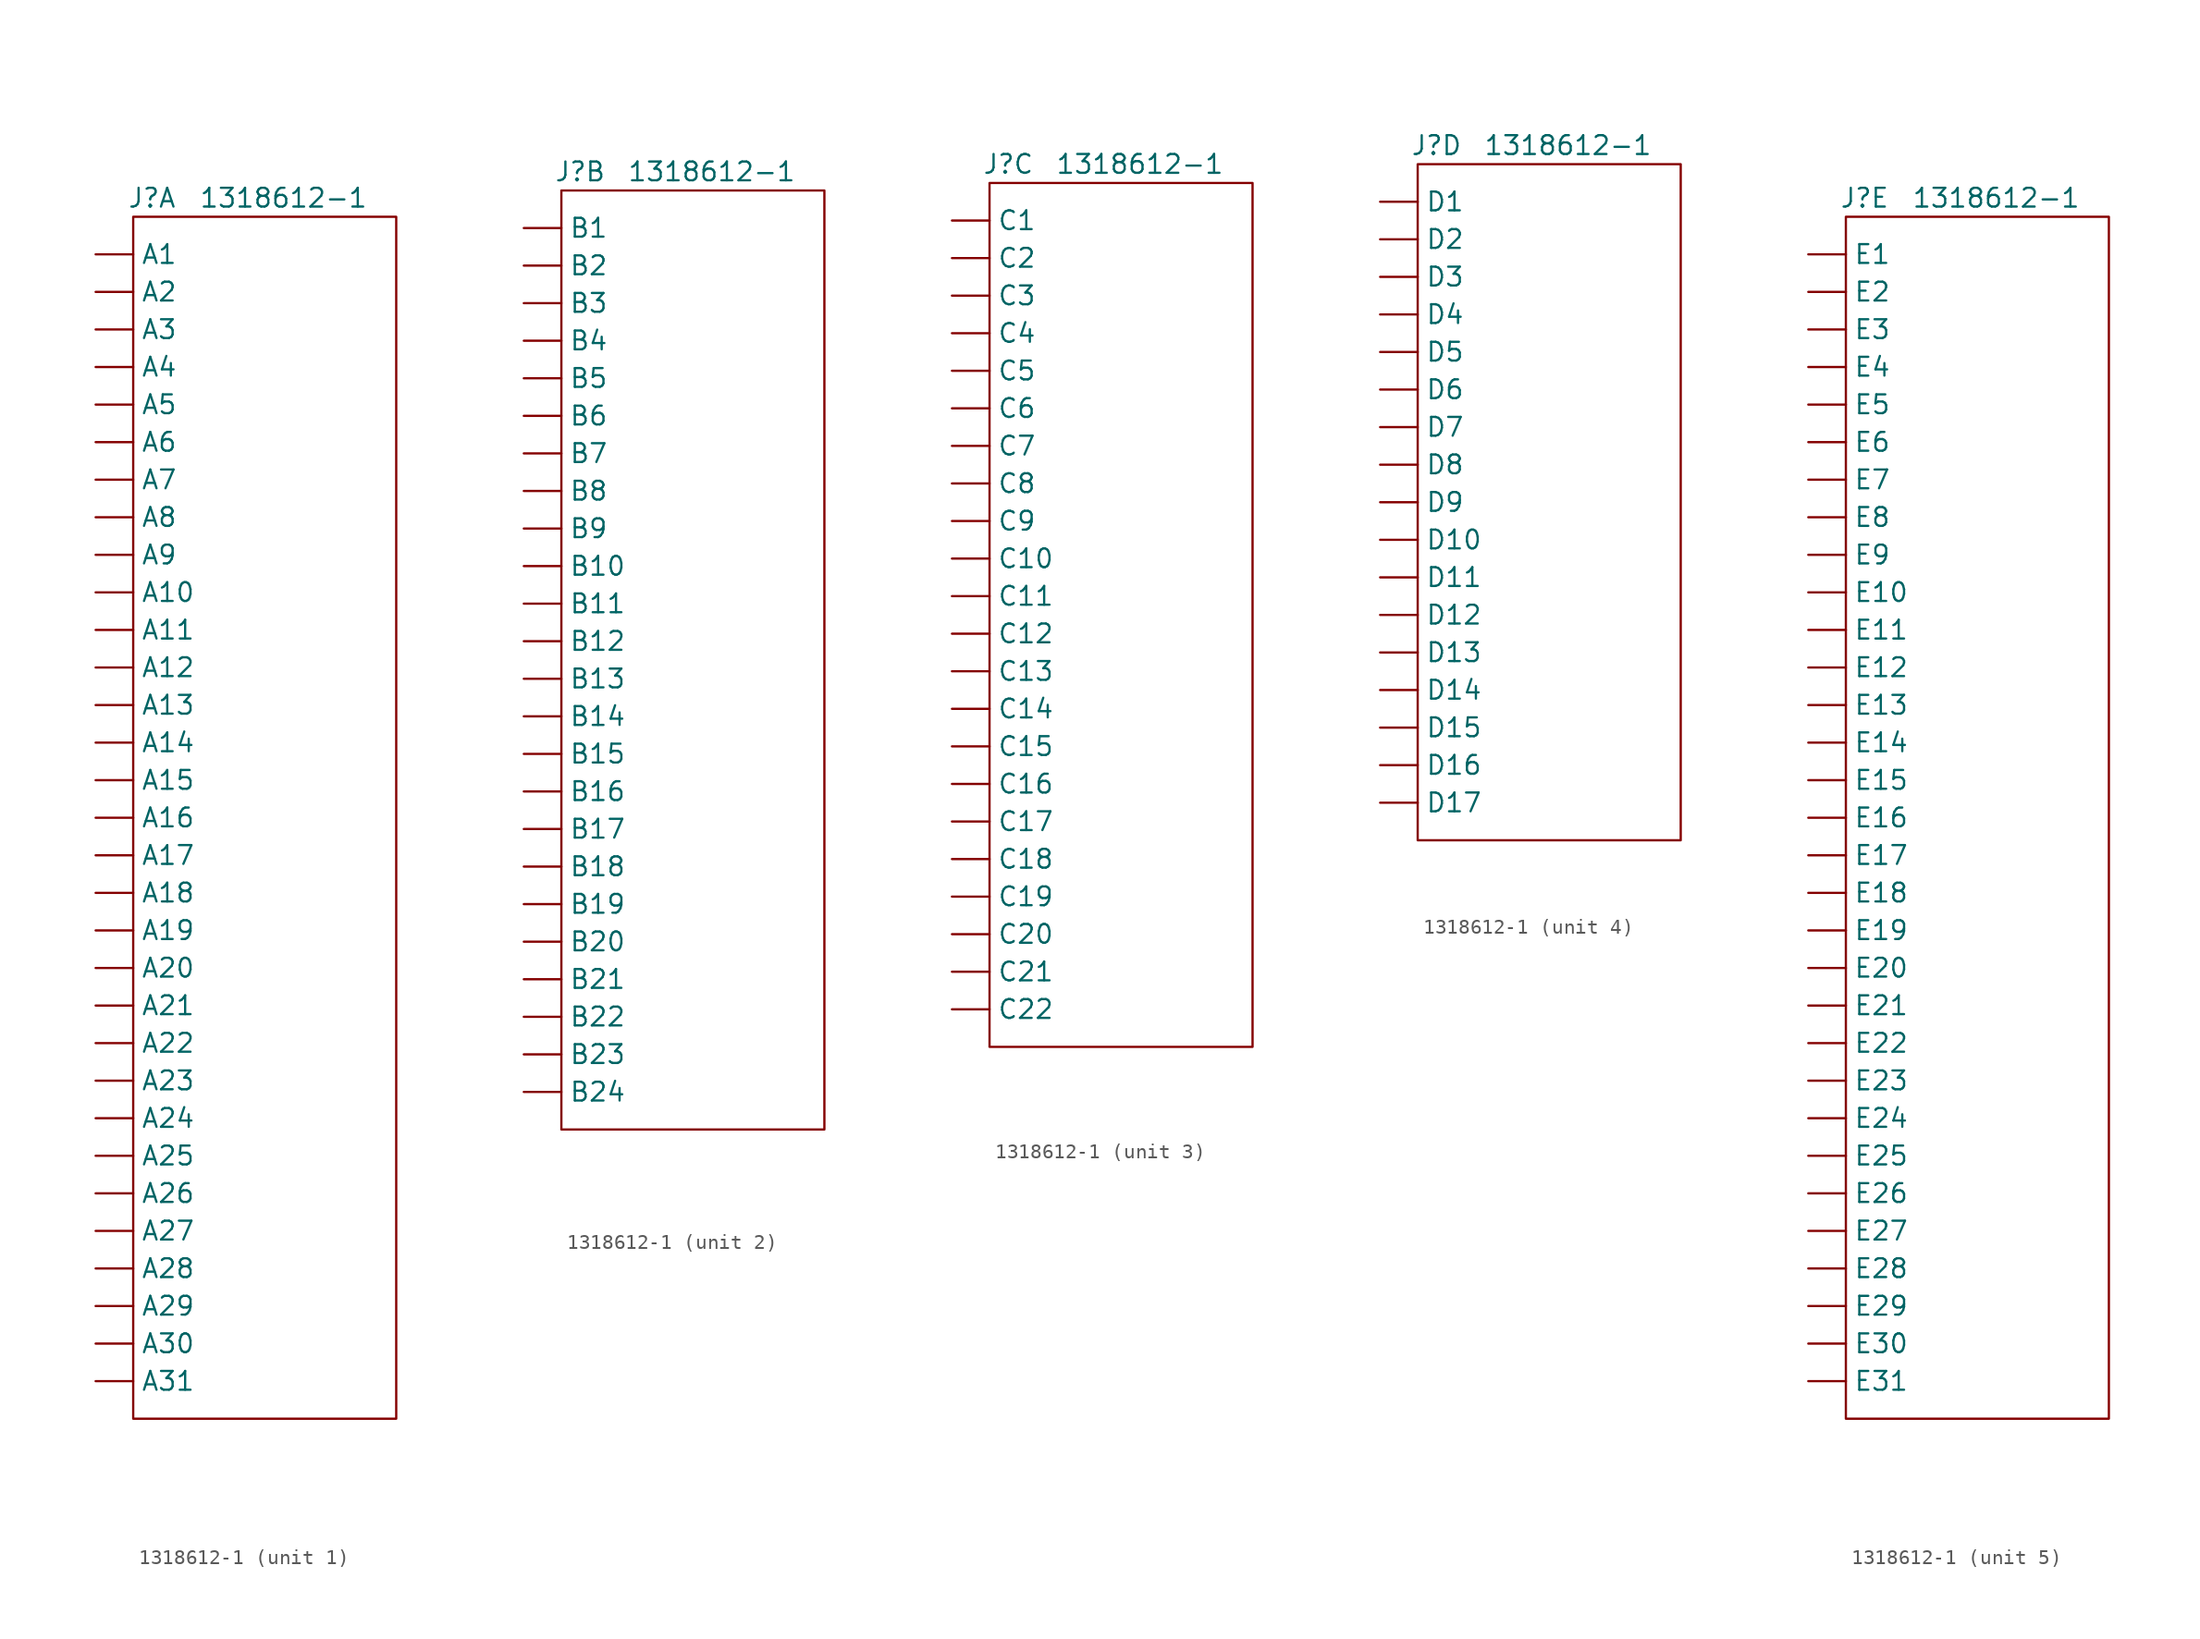
<source format=kicad_sym>
(kicad_symbol_lib
  (version 20210619)
  (generator kicad_symbol_editor)
  (symbol "TE_1318612-1:1318612-1"
    (pin_numbers hide)
    (property "Reference" "J"
      (at 1.27 1.27 0)
      (effects (font (size 1.27 1.27))))
    (property "Value" "1318612-1"
      (at 10.16 1.27 0)
      (effects (font (size 1.27 1.27))))
    (property "ki_locked" ""
      (at 0 0 0)
      (effects (font (size 1.27 1.27))))
    (symbol "1318612-1_1_1"
      (rectangle (start 0 0) (end 17.78 -81.28) (stroke (width 0.152)) (fill (type none)))
      (pin passive line (at -2.54 -2.54 0) (length 2.54) (name "A1" (effects (font (size 1.27 1.27)))) (number "A1" (effects (font (size 1.27 1.27)))))
      (pin passive line (at -2.54 -25.4 0) (length 2.54) (name "A10" (effects (font (size 1.27 1.27)))) (number "A10" (effects (font (size 1.27 1.27)))))
      (pin passive line (at -2.54 -27.94 0) (length 2.54) (name "A11" (effects (font (size 1.27 1.27)))) (number "A11" (effects (font (size 1.27 1.27)))))
      (pin passive line (at -2.54 -30.48 0) (length 2.54) (name "A12" (effects (font (size 1.27 1.27)))) (number "A12" (effects (font (size 1.27 1.27)))))
      (pin passive line (at -2.54 -33.02 0) (length 2.54) (name "A13" (effects (font (size 1.27 1.27)))) (number "A13" (effects (font (size 1.27 1.27)))))
      (pin passive line (at -2.54 -35.56 0) (length 2.54) (name "A14" (effects (font (size 1.27 1.27)))) (number "A14" (effects (font (size 1.27 1.27)))))
      (pin passive line (at -2.54 -38.1 0) (length 2.54) (name "A15" (effects (font (size 1.27 1.27)))) (number "A15" (effects (font (size 1.27 1.27)))))
      (pin passive line (at -2.54 -40.64 0) (length 2.54) (name "A16" (effects (font (size 1.27 1.27)))) (number "A16" (effects (font (size 1.27 1.27)))))
      (pin passive line (at -2.54 -43.18 0) (length 2.54) (name "A17" (effects (font (size 1.27 1.27)))) (number "A17" (effects (font (size 1.27 1.27)))))
      (pin passive line (at -2.54 -45.72 0) (length 2.54) (name "A18" (effects (font (size 1.27 1.27)))) (number "A18" (effects (font (size 1.27 1.27)))))
      (pin passive line (at -2.54 -48.26 0) (length 2.54) (name "A19" (effects (font (size 1.27 1.27)))) (number "A19" (effects (font (size 1.27 1.27)))))
      (pin passive line (at -2.54 -5.08 0) (length 2.54) (name "A2" (effects (font (size 1.27 1.27)))) (number "A2" (effects (font (size 1.27 1.27)))))
      (pin passive line (at -2.54 -50.8 0) (length 2.54) (name "A20" (effects (font (size 1.27 1.27)))) (number "A20" (effects (font (size 1.27 1.27)))))
      (pin passive line (at -2.54 -53.34 0) (length 2.54) (name "A21" (effects (font (size 1.27 1.27)))) (number "A21" (effects (font (size 1.27 1.27)))))
      (pin passive line (at -2.54 -55.88 0) (length 2.54) (name "A22" (effects (font (size 1.27 1.27)))) (number "A22" (effects (font (size 1.27 1.27)))))
      (pin passive line (at -2.54 -58.42 0) (length 2.54) (name "A23" (effects (font (size 1.27 1.27)))) (number "A23" (effects (font (size 1.27 1.27)))))
      (pin passive line (at -2.54 -60.96 0) (length 2.54) (name "A24" (effects (font (size 1.27 1.27)))) (number "A24" (effects (font (size 1.27 1.27)))))
      (pin passive line (at -2.54 -63.5 0) (length 2.54) (name "A25" (effects (font (size 1.27 1.27)))) (number "A25" (effects (font (size 1.27 1.27)))))
      (pin passive line (at -2.54 -66.04 0) (length 2.54) (name "A26" (effects (font (size 1.27 1.27)))) (number "A26" (effects (font (size 1.27 1.27)))))
      (pin passive line (at -2.54 -68.58 0) (length 2.54) (name "A27" (effects (font (size 1.27 1.27)))) (number "A27" (effects (font (size 1.27 1.27)))))
      (pin passive line (at -2.54 -71.12 0) (length 2.54) (name "A28" (effects (font (size 1.27 1.27)))) (number "A28" (effects (font (size 1.27 1.27)))))
      (pin passive line (at -2.54 -73.66 0) (length 2.54) (name "A29" (effects (font (size 1.27 1.27)))) (number "A29" (effects (font (size 1.27 1.27)))))
      (pin passive line (at -2.54 -7.62 0) (length 2.54) (name "A3" (effects (font (size 1.27 1.27)))) (number "A3" (effects (font (size 1.27 1.27)))))
      (pin passive line (at -2.54 -76.2 0) (length 2.54) (name "A30" (effects (font (size 1.27 1.27)))) (number "A30" (effects (font (size 1.27 1.27)))))
      (pin passive line (at -2.54 -78.74 0) (length 2.54) (name "A31" (effects (font (size 1.27 1.27)))) (number "A31" (effects (font (size 1.27 1.27)))))
      (pin passive line (at -2.54 -10.16 0) (length 2.54) (name "A4" (effects (font (size 1.27 1.27)))) (number "A4" (effects (font (size 1.27 1.27)))))
      (pin passive line (at -2.54 -12.7 0) (length 2.54) (name "A5" (effects (font (size 1.27 1.27)))) (number "A5" (effects (font (size 1.27 1.27)))))
      (pin passive line (at -2.54 -15.24 0) (length 2.54) (name "A6" (effects (font (size 1.27 1.27)))) (number "A6" (effects (font (size 1.27 1.27)))))
      (pin passive line (at -2.54 -17.78 0) (length 2.54) (name "A7" (effects (font (size 1.27 1.27)))) (number "A7" (effects (font (size 1.27 1.27)))))
      (pin passive line (at -2.54 -20.32 0) (length 2.54) (name "A8" (effects (font (size 1.27 1.27)))) (number "A8" (effects (font (size 1.27 1.27)))))
      (pin passive line (at -2.54 -22.86 0) (length 2.54) (name "A9" (effects (font (size 1.27 1.27)))) (number "A9" (effects (font (size 1.27 1.27))))))
    (symbol "1318612-1_2_1"
      (rectangle (start 0 0) (end 17.78 -63.5) (stroke (width 0.152)) (fill (type none)))
      (pin passive line (at -2.54 -2.54 0) (length 2.54) (name "B1" (effects (font (size 1.27 1.27)))) (number "B1" (effects (font (size 1.27 1.27)))))
      (pin passive line (at -2.54 -25.4 0) (length 2.54) (name "B10" (effects (font (size 1.27 1.27)))) (number "B10" (effects (font (size 1.27 1.27)))))
      (pin passive line (at -2.54 -27.94 0) (length 2.54) (name "B11" (effects (font (size 1.27 1.27)))) (number "B11" (effects (font (size 1.27 1.27)))))
      (pin passive line (at -2.54 -30.48 0) (length 2.54) (name "B12" (effects (font (size 1.27 1.27)))) (number "B12" (effects (font (size 1.27 1.27)))))
      (pin passive line (at -2.54 -33.02 0) (length 2.54) (name "B13" (effects (font (size 1.27 1.27)))) (number "B13" (effects (font (size 1.27 1.27)))))
      (pin passive line (at -2.54 -35.56 0) (length 2.54) (name "B14" (effects (font (size 1.27 1.27)))) (number "B14" (effects (font (size 1.27 1.27)))))
      (pin passive line (at -2.54 -38.1 0) (length 2.54) (name "B15" (effects (font (size 1.27 1.27)))) (number "B15" (effects (font (size 1.27 1.27)))))
      (pin passive line (at -2.54 -40.64 0) (length 2.54) (name "B16" (effects (font (size 1.27 1.27)))) (number "B16" (effects (font (size 1.27 1.27)))))
      (pin passive line (at -2.54 -43.18 0) (length 2.54) (name "B17" (effects (font (size 1.27 1.27)))) (number "B17" (effects (font (size 1.27 1.27)))))
      (pin passive line (at -2.54 -45.72 0) (length 2.54) (name "B18" (effects (font (size 1.27 1.27)))) (number "B18" (effects (font (size 1.27 1.27)))))
      (pin passive line (at -2.54 -48.26 0) (length 2.54) (name "B19" (effects (font (size 1.27 1.27)))) (number "B19" (effects (font (size 1.27 1.27)))))
      (pin passive line (at -2.54 -5.08 0) (length 2.54) (name "B2" (effects (font (size 1.27 1.27)))) (number "B2" (effects (font (size 1.27 1.27)))))
      (pin passive line (at -2.54 -50.8 0) (length 2.54) (name "B20" (effects (font (size 1.27 1.27)))) (number "B20" (effects (font (size 1.27 1.27)))))
      (pin passive line (at -2.54 -53.34 0) (length 2.54) (name "B21" (effects (font (size 1.27 1.27)))) (number "B21" (effects (font (size 1.27 1.27)))))
      (pin passive line (at -2.54 -55.88 0) (length 2.54) (name "B22" (effects (font (size 1.27 1.27)))) (number "B22" (effects (font (size 1.27 1.27)))))
      (pin passive line (at -2.54 -58.42 0) (length 2.54) (name "B23" (effects (font (size 1.27 1.27)))) (number "B23" (effects (font (size 1.27 1.27)))))
      (pin passive line (at -2.54 -60.96 0) (length 2.54) (name "B24" (effects (font (size 1.27 1.27)))) (number "B24" (effects (font (size 1.27 1.27)))))
      (pin passive line (at -2.54 -7.62 0) (length 2.54) (name "B3" (effects (font (size 1.27 1.27)))) (number "B3" (effects (font (size 1.27 1.27)))))
      (pin passive line (at -2.54 -10.16 0) (length 2.54) (name "B4" (effects (font (size 1.27 1.27)))) (number "B4" (effects (font (size 1.27 1.27)))))
      (pin passive line (at -2.54 -12.7 0) (length 2.54) (name "B5" (effects (font (size 1.27 1.27)))) (number "B5" (effects (font (size 1.27 1.27)))))
      (pin passive line (at -2.54 -15.24 0) (length 2.54) (name "B6" (effects (font (size 1.27 1.27)))) (number "B6" (effects (font (size 1.27 1.27)))))
      (pin passive line (at -2.54 -17.78 0) (length 2.54) (name "B7" (effects (font (size 1.27 1.27)))) (number "B7" (effects (font (size 1.27 1.27)))))
      (pin passive line (at -2.54 -20.32 0) (length 2.54) (name "B8" (effects (font (size 1.27 1.27)))) (number "B8" (effects (font (size 1.27 1.27)))))
      (pin passive line (at -2.54 -22.86 0) (length 2.54) (name "B9" (effects (font (size 1.27 1.27)))) (number "B9" (effects (font (size 1.27 1.27))))))
    (symbol "1318612-1_3_1"
      (rectangle (start 0 0) (end 17.78 -58.42) (stroke (width 0.152)) (fill (type none)))
      (pin passive line (at -2.54 -2.54 0) (length 2.54) (name "C1" (effects (font (size 1.27 1.27)))) (number "C1" (effects (font (size 1.27 1.27)))))
      (pin passive line (at -2.54 -25.4 0) (length 2.54) (name "C10" (effects (font (size 1.27 1.27)))) (number "C10" (effects (font (size 1.27 1.27)))))
      (pin passive line (at -2.54 -27.94 0) (length 2.54) (name "C11" (effects (font (size 1.27 1.27)))) (number "C11" (effects (font (size 1.27 1.27)))))
      (pin passive line (at -2.54 -30.48 0) (length 2.54) (name "C12" (effects (font (size 1.27 1.27)))) (number "C12" (effects (font (size 1.27 1.27)))))
      (pin passive line (at -2.54 -33.02 0) (length 2.54) (name "C13" (effects (font (size 1.27 1.27)))) (number "C13" (effects (font (size 1.27 1.27)))))
      (pin passive line (at -2.54 -35.56 0) (length 2.54) (name "C14" (effects (font (size 1.27 1.27)))) (number "C14" (effects (font (size 1.27 1.27)))))
      (pin passive line (at -2.54 -38.1 0) (length 2.54) (name "C15" (effects (font (size 1.27 1.27)))) (number "C15" (effects (font (size 1.27 1.27)))))
      (pin passive line (at -2.54 -40.64 0) (length 2.54) (name "C16" (effects (font (size 1.27 1.27)))) (number "C16" (effects (font (size 1.27 1.27)))))
      (pin passive line (at -2.54 -43.18 0) (length 2.54) (name "C17" (effects (font (size 1.27 1.27)))) (number "C17" (effects (font (size 1.27 1.27)))))
      (pin passive line (at -2.54 -45.72 0) (length 2.54) (name "C18" (effects (font (size 1.27 1.27)))) (number "C18" (effects (font (size 1.27 1.27)))))
      (pin passive line (at -2.54 -48.26 0) (length 2.54) (name "C19" (effects (font (size 1.27 1.27)))) (number "C19" (effects (font (size 1.27 1.27)))))
      (pin passive line (at -2.54 -5.08 0) (length 2.54) (name "C2" (effects (font (size 1.27 1.27)))) (number "C2" (effects (font (size 1.27 1.27)))))
      (pin passive line (at -2.54 -50.8 0) (length 2.54) (name "C20" (effects (font (size 1.27 1.27)))) (number "C20" (effects (font (size 1.27 1.27)))))
      (pin passive line (at -2.54 -53.34 0) (length 2.54) (name "C21" (effects (font (size 1.27 1.27)))) (number "C21" (effects (font (size 1.27 1.27)))))
      (pin passive line (at -2.54 -55.88 0) (length 2.54) (name "C22" (effects (font (size 1.27 1.27)))) (number "C22" (effects (font (size 1.27 1.27)))))
      (pin passive line (at -2.54 -7.62 0) (length 2.54) (name "C3" (effects (font (size 1.27 1.27)))) (number "C3" (effects (font (size 1.27 1.27)))))
      (pin passive line (at -2.54 -10.16 0) (length 2.54) (name "C4" (effects (font (size 1.27 1.27)))) (number "C4" (effects (font (size 1.27 1.27)))))
      (pin passive line (at -2.54 -12.7 0) (length 2.54) (name "C5" (effects (font (size 1.27 1.27)))) (number "C5" (effects (font (size 1.27 1.27)))))
      (pin passive line (at -2.54 -15.24 0) (length 2.54) (name "C6" (effects (font (size 1.27 1.27)))) (number "C6" (effects (font (size 1.27 1.27)))))
      (pin passive line (at -2.54 -17.78 0) (length 2.54) (name "C7" (effects (font (size 1.27 1.27)))) (number "C7" (effects (font (size 1.27 1.27)))))
      (pin passive line (at -2.54 -20.32 0) (length 2.54) (name "C8" (effects (font (size 1.27 1.27)))) (number "C8" (effects (font (size 1.27 1.27)))))
      (pin passive line (at -2.54 -22.86 0) (length 2.54) (name "C9" (effects (font (size 1.27 1.27)))) (number "C9" (effects (font (size 1.27 1.27))))))
    (symbol "1318612-1_4_1"
      (rectangle (start 0 0) (end 17.78 -45.72) (stroke (width 0.152)) (fill (type none)))
      (pin passive line (at -2.54 -2.54 0) (length 2.54) (name "D1" (effects (font (size 1.27 1.27)))) (number "D1" (effects (font (size 1.27 1.27)))))
      (pin passive line (at -2.54 -25.4 0) (length 2.54) (name "D10" (effects (font (size 1.27 1.27)))) (number "D10" (effects (font (size 1.27 1.27)))))
      (pin passive line (at -2.54 -27.94 0) (length 2.54) (name "D11" (effects (font (size 1.27 1.27)))) (number "D11" (effects (font (size 1.27 1.27)))))
      (pin passive line (at -2.54 -30.48 0) (length 2.54) (name "D12" (effects (font (size 1.27 1.27)))) (number "D12" (effects (font (size 1.27 1.27)))))
      (pin passive line (at -2.54 -33.02 0) (length 2.54) (name "D13" (effects (font (size 1.27 1.27)))) (number "D13" (effects (font (size 1.27 1.27)))))
      (pin passive line (at -2.54 -35.56 0) (length 2.54) (name "D14" (effects (font (size 1.27 1.27)))) (number "D14" (effects (font (size 1.27 1.27)))))
      (pin passive line (at -2.54 -38.1 0) (length 2.54) (name "D15" (effects (font (size 1.27 1.27)))) (number "D15" (effects (font (size 1.27 1.27)))))
      (pin passive line (at -2.54 -40.64 0) (length 2.54) (name "D16" (effects (font (size 1.27 1.27)))) (number "D16" (effects (font (size 1.27 1.27)))))
      (pin passive line (at -2.54 -43.18 0) (length 2.54) (name "D17" (effects (font (size 1.27 1.27)))) (number "D17" (effects (font (size 1.27 1.27)))))
      (pin passive line (at -2.54 -5.08 0) (length 2.54) (name "D2" (effects (font (size 1.27 1.27)))) (number "D2" (effects (font (size 1.27 1.27)))))
      (pin passive line (at -2.54 -7.62 0) (length 2.54) (name "D3" (effects (font (size 1.27 1.27)))) (number "D3" (effects (font (size 1.27 1.27)))))
      (pin passive line (at -2.54 -10.16 0) (length 2.54) (name "D4" (effects (font (size 1.27 1.27)))) (number "D4" (effects (font (size 1.27 1.27)))))
      (pin passive line (at -2.54 -12.7 0) (length 2.54) (name "D5" (effects (font (size 1.27 1.27)))) (number "D5" (effects (font (size 1.27 1.27)))))
      (pin passive line (at -2.54 -15.24 0) (length 2.54) (name "D6" (effects (font (size 1.27 1.27)))) (number "D6" (effects (font (size 1.27 1.27)))))
      (pin passive line (at -2.54 -17.78 0) (length 2.54) (name "D7" (effects (font (size 1.27 1.27)))) (number "D7" (effects (font (size 1.27 1.27)))))
      (pin passive line (at -2.54 -20.32 0) (length 2.54) (name "D8" (effects (font (size 1.27 1.27)))) (number "D8" (effects (font (size 1.27 1.27)))))
      (pin passive line (at -2.54 -22.86 0) (length 2.54) (name "D9" (effects (font (size 1.27 1.27)))) (number "D9" (effects (font (size 1.27 1.27))))))
    (symbol "1318612-1_5_1"
      (rectangle (start 0 0) (end 17.78 -81.28) (stroke (width 0.152)) (fill (type none)))
      (pin passive line (at -2.54 -2.54 0) (length 2.54) (name "E1" (effects (font (size 1.27 1.27)))) (number "E1" (effects (font (size 1.27 1.27)))))
      (pin passive line (at -2.54 -25.4 0) (length 2.54) (name "E10" (effects (font (size 1.27 1.27)))) (number "E10" (effects (font (size 1.27 1.27)))))
      (pin passive line (at -2.54 -27.94 0) (length 2.54) (name "E11" (effects (font (size 1.27 1.27)))) (number "E11" (effects (font (size 1.27 1.27)))))
      (pin passive line (at -2.54 -30.48 0) (length 2.54) (name "E12" (effects (font (size 1.27 1.27)))) (number "E12" (effects (font (size 1.27 1.27)))))
      (pin passive line (at -2.54 -33.02 0) (length 2.54) (name "E13" (effects (font (size 1.27 1.27)))) (number "E13" (effects (font (size 1.27 1.27)))))
      (pin passive line (at -2.54 -35.56 0) (length 2.54) (name "E14" (effects (font (size 1.27 1.27)))) (number "E14" (effects (font (size 1.27 1.27)))))
      (pin passive line (at -2.54 -38.1 0) (length 2.54) (name "E15" (effects (font (size 1.27 1.27)))) (number "E15" (effects (font (size 1.27 1.27)))))
      (pin passive line (at -2.54 -40.64 0) (length 2.54) (name "E16" (effects (font (size 1.27 1.27)))) (number "E16" (effects (font (size 1.27 1.27)))))
      (pin passive line (at -2.54 -43.18 0) (length 2.54) (name "E17" (effects (font (size 1.27 1.27)))) (number "E17" (effects (font (size 1.27 1.27)))))
      (pin passive line (at -2.54 -45.72 0) (length 2.54) (name "E18" (effects (font (size 1.27 1.27)))) (number "E18" (effects (font (size 1.27 1.27)))))
      (pin passive line (at -2.54 -48.26 0) (length 2.54) (name "E19" (effects (font (size 1.27 1.27)))) (number "E19" (effects (font (size 1.27 1.27)))))
      (pin passive line (at -2.54 -5.08 0) (length 2.54) (name "E2" (effects (font (size 1.27 1.27)))) (number "E2" (effects (font (size 1.27 1.27)))))
      (pin passive line (at -2.54 -50.8 0) (length 2.54) (name "E20" (effects (font (size 1.27 1.27)))) (number "E20" (effects (font (size 1.27 1.27)))))
      (pin passive line (at -2.54 -53.34 0) (length 2.54) (name "E21" (effects (font (size 1.27 1.27)))) (number "E21" (effects (font (size 1.27 1.27)))))
      (pin passive line (at -2.54 -55.88 0) (length 2.54) (name "E22" (effects (font (size 1.27 1.27)))) (number "E22" (effects (font (size 1.27 1.27)))))
      (pin passive line (at -2.54 -58.42 0) (length 2.54) (name "E23" (effects (font (size 1.27 1.27)))) (number "E23" (effects (font (size 1.27 1.27)))))
      (pin passive line (at -2.54 -60.96 0) (length 2.54) (name "E24" (effects (font (size 1.27 1.27)))) (number "E24" (effects (font (size 1.27 1.27)))))
      (pin passive line (at -2.54 -63.5 0) (length 2.54) (name "E25" (effects (font (size 1.27 1.27)))) (number "E25" (effects (font (size 1.27 1.27)))))
      (pin passive line (at -2.54 -66.04 0) (length 2.54) (name "E26" (effects (font (size 1.27 1.27)))) (number "E26" (effects (font (size 1.27 1.27)))))
      (pin passive line (at -2.54 -68.58 0) (length 2.54) (name "E27" (effects (font (size 1.27 1.27)))) (number "E27" (effects (font (size 1.27 1.27)))))
      (pin passive line (at -2.54 -71.12 0) (length 2.54) (name "E28" (effects (font (size 1.27 1.27)))) (number "E28" (effects (font (size 1.27 1.27)))))
      (pin passive line (at -2.54 -73.66 0) (length 2.54) (name "E29" (effects (font (size 1.27 1.27)))) (number "E29" (effects (font (size 1.27 1.27)))))
      (pin passive line (at -2.54 -7.62 0) (length 2.54) (name "E3" (effects (font (size 1.27 1.27)))) (number "E3" (effects (font (size 1.27 1.27)))))
      (pin passive line (at -2.54 -76.2 0) (length 2.54) (name "E30" (effects (font (size 1.27 1.27)))) (number "E30" (effects (font (size 1.27 1.27)))))
      (pin passive line (at -2.54 -78.74 0) (length 2.54) (name "E31" (effects (font (size 1.27 1.27)))) (number "E31" (effects (font (size 1.27 1.27)))))
      (pin passive line (at -2.54 -10.16 0) (length 2.54) (name "E4" (effects (font (size 1.27 1.27)))) (number "E4" (effects (font (size 1.27 1.27)))))
      (pin passive line (at -2.54 -12.7 0) (length 2.54) (name "E5" (effects (font (size 1.27 1.27)))) (number "E5" (effects (font (size 1.27 1.27)))))
      (pin passive line (at -2.54 -15.24 0) (length 2.54) (name "E6" (effects (font (size 1.27 1.27)))) (number "E6" (effects (font (size 1.27 1.27)))))
      (pin passive line (at -2.54 -17.78 0) (length 2.54) (name "E7" (effects (font (size 1.27 1.27)))) (number "E7" (effects (font (size 1.27 1.27)))))
      (pin passive line (at -2.54 -20.32 0) (length 2.54) (name "E8" (effects (font (size 1.27 1.27)))) (number "E8" (effects (font (size 1.27 1.27)))))
      (pin passive line (at -2.54 -22.86 0) (length 2.54) (name "E9" (effects (font (size 1.27 1.27)))) (number "E9" (effects (font (size 1.27 1.27))))))))
</source>
